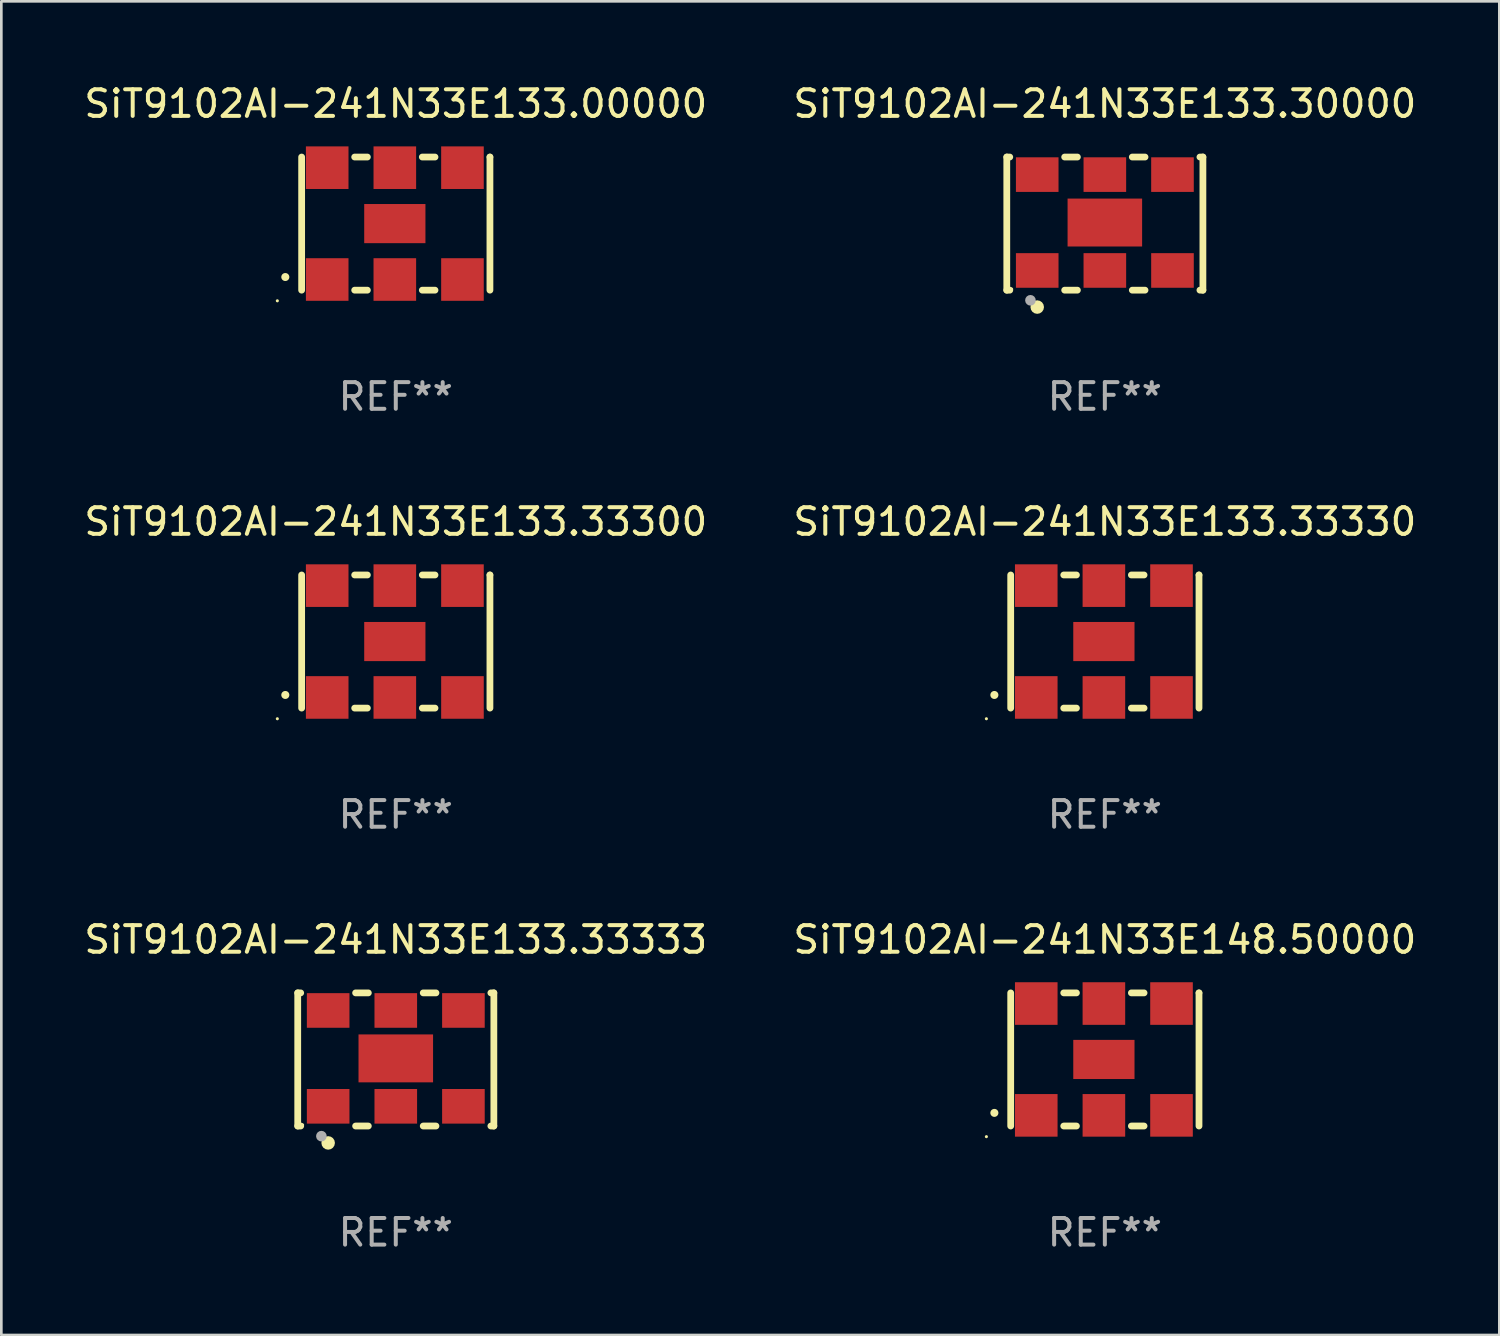
<source format=kicad_pcb>
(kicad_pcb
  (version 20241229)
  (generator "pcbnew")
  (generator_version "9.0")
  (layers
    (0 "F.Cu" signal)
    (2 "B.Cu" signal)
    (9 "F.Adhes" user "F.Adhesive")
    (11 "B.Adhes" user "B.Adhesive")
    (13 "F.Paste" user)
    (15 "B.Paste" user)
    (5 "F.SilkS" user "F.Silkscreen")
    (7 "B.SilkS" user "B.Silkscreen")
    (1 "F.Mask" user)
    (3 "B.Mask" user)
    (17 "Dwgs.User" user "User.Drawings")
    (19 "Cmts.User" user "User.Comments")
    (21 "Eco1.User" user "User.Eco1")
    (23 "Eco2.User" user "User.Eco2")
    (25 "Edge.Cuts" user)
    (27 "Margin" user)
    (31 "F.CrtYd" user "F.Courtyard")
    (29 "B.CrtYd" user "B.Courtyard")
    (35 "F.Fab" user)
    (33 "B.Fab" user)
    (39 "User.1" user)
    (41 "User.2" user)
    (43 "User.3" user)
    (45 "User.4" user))
  (footprint "SiT9102AI-241N33E133.33330"
    (layer "F.Cu")
    (at 38.446 21.045)
    (property "Reference" "SiT9102AI-241N33E133.33330" (at 0 -4.5 0) (layer "F.SilkS") (effects (font (size 1 1) (thickness 0.15))))
    (attr through_hole)
    (fp_line (start -3.536 -2.5) (end -3.536 2.5) (stroke (width 0.254) (type solid)) (layer "F.SilkS"))
    (fp_line (start -1.544 2.5) (end -1.067 2.5) (stroke (width 0.254) (type solid)) (layer "F.SilkS"))
    (fp_line (start -1.067 -2.5) (end -1.544 -2.5) (stroke (width 0.254) (type solid)) (layer "F.SilkS"))
    (fp_line (start 0.996 2.5) (end 1.473 2.5) (stroke (width 0.254) (type solid)) (layer "F.SilkS"))
    (fp_line (start 1.473 -2.5) (end 0.996 -2.5) (stroke (width 0.254) (type solid)) (layer "F.SilkS"))
    (fp_line (start 3.536 -2.5) (end 3.536 -2.5) (stroke (width 0.254) (type solid)) (layer "F.SilkS"))
    (fp_line (start 3.536 2.5) (end 3.536 -2.5) (stroke (width 0.254) (type solid)) (layer "F.SilkS"))
    (fp_arc (start -4.150432 2.006604) (mid -4.149162 2.006599) (end -4.147892 2.006604) (stroke (width 0.3) (type solid)) (layer "F.SilkS"))
    (fp_circle (center -4.449 2.9) (end -4.419 2.9) (stroke (width 0.06) (type solid)) (fill no) (layer "F.SilkS"))
    (fp_text user "REF**" (at 0 6.5 0) (layer "F.Fab") (effects (font (size 1 1) (thickness 0.15))))
    (pad "1" smd rect (at -2.576 2.1) (size 1.6 1.6) (layers "F.Cu" "F.Mask" "F.Paste"))
    (pad "2" smd rect (at -0.036 2.1) (size 1.6 1.6) (layers "F.Cu" "F.Mask" "F.Paste"))
    (pad "3" smd rect (at 2.504 2.1) (size 1.6 1.6) (layers "F.Cu" "F.Mask" "F.Paste"))
    (pad "4" smd rect (at 2.504 -2.1) (size 1.6 1.6) (layers "F.Cu" "F.Mask" "F.Paste"))
    (pad "5" smd rect (at -0.036 -2.1) (size 1.6 1.6) (layers "F.Cu" "F.Mask" "F.Paste"))
    (pad "6" smd rect (at -2.576 -2.1) (size 1.6 1.6) (layers "F.Cu" "F.Mask" "F.Paste"))
    (pad "7" smd rect (at -0.036 0) (size 2.3 1.47) (layers "F.Cu" "F.Mask" "F.Paste")))
  (footprint "SiT9102AI-241N33E133.30000"
    (layer "F.Cu")
    (at 38.446 5.348)
    (property "Reference" "SiT9102AI-241N33E133.30000" (at 0 -4.5 0) (layer "F.SilkS") (effects (font (size 1 1) (thickness 0.15))))
    (attr through_hole)
    (fp_line (start -3.683 -2.5) (end -3.571 -2.5) (stroke (width 0.254) (type solid)) (layer "F.SilkS"))
    (fp_line (start -3.683 2.5) (end -3.683 -2.5) (stroke (width 0.254) (type solid)) (layer "F.SilkS"))
    (fp_line (start -3.683 2.5) (end -3.571 2.5) (stroke (width 0.254) (type solid)) (layer "F.SilkS"))
    (fp_line (start -1.509 -2.5) (end -1.031 -2.5) (stroke (width 0.254) (type solid)) (layer "F.SilkS"))
    (fp_line (start -1.509 2.5) (end -1.031 2.5) (stroke (width 0.254) (type solid)) (layer "F.SilkS"))
    (fp_line (start 1.031 -2.5) (end 1.509 -2.5) (stroke (width 0.254) (type solid)) (layer "F.SilkS"))
    (fp_line (start 1.031 2.5) (end 1.509 2.5) (stroke (width 0.254) (type solid)) (layer "F.SilkS"))
    (fp_line (start 3.571 -2.5) (end 3.683 -2.5) (stroke (width 0.254) (type solid)) (layer "F.SilkS"))
    (fp_line (start 3.571 2.5) (end 3.683 2.5) (stroke (width 0.254) (type solid)) (layer "F.SilkS"))
    (fp_line (start 3.683 2.5) (end 3.683 -2.5) (stroke (width 0.254) (type solid)) (layer "F.SilkS"))
    (fp_circle (center -3.5 2.46) (end -3.47 2.46) (stroke (width 0.06) (type solid)) (fill no) (layer "F.SilkS"))
    (fp_circle (center -2.54 3.135) (end -2.413 3.135) (stroke (width 0.254) (type solid)) (fill no) (layer "F.SilkS"))
    (fp_circle (center -2.794 2.881) (end -2.694 2.881) (stroke (width 0.2) (type solid)) (fill no) (layer "F.Fab"))
    (fp_text user "REF**" (at 0 6.5 0) (layer "F.Fab") (effects (font (size 1 1) (thickness 0.15))))
    (pad "1" smd rect (at -2.54 1.76) (size 1.6 1.3) (layers "F.Cu" "F.Mask" "F.Paste"))
    (pad "2" smd rect (at 0 1.76) (size 1.6 1.3) (layers "F.Cu" "F.Mask" "F.Paste"))
    (pad "3" smd rect (at 2.54 1.76) (size 1.6 1.3) (layers "F.Cu" "F.Mask" "F.Paste"))
    (pad "4" smd rect (at 2.54 -1.84) (size 1.6 1.3) (layers "F.Cu" "F.Mask" "F.Paste"))
    (pad "5" smd rect (at 0 -1.84) (size 1.6 1.3) (layers "F.Cu" "F.Mask" "F.Paste"))
    (pad "6" smd rect (at -2.54 -1.84) (size 1.6 1.3) (layers "F.Cu" "F.Mask" "F.Paste"))
    (pad "7" smd rect (at 0 -0.04) (size 2.8 1.8) (layers "F.Cu" "F.Mask" "F.Paste")))
  (footprint "SiT9102AI-241N33E133.33300"
    (layer "F.Cu")
    (at 11.815 21.045)
    (property "Reference" "SiT9102AI-241N33E133.33300" (at 0 -4.5 0) (layer "F.SilkS") (effects (font (size 1 1) (thickness 0.15))))
    (attr through_hole)
    (fp_line (start -3.536 -2.5) (end -3.536 2.5) (stroke (width 0.254) (type solid)) (layer "F.SilkS"))
    (fp_line (start -1.544 2.5) (end -1.067 2.5) (stroke (width 0.254) (type solid)) (layer "F.SilkS"))
    (fp_line (start -1.067 -2.5) (end -1.544 -2.5) (stroke (width 0.254) (type solid)) (layer "F.SilkS"))
    (fp_line (start 0.996 2.5) (end 1.473 2.5) (stroke (width 0.254) (type solid)) (layer "F.SilkS"))
    (fp_line (start 1.473 -2.5) (end 0.996 -2.5) (stroke (width 0.254) (type solid)) (layer "F.SilkS"))
    (fp_line (start 3.536 -2.5) (end 3.536 -2.5) (stroke (width 0.254) (type solid)) (layer "F.SilkS"))
    (fp_line (start 3.536 2.5) (end 3.536 -2.5) (stroke (width 0.254) (type solid)) (layer "F.SilkS"))
    (fp_arc (start -4.150432 2.006604) (mid -4.149162 2.006599) (end -4.147892 2.006604) (stroke (width 0.3) (type solid)) (layer "F.SilkS"))
    (fp_circle (center -4.449 2.9) (end -4.419 2.9) (stroke (width 0.06) (type solid)) (fill no) (layer "F.SilkS"))
    (fp_text user "REF**" (at 0 6.5 0) (layer "F.Fab") (effects (font (size 1 1) (thickness 0.15))))
    (pad "1" smd rect (at -2.576 2.1) (size 1.6 1.6) (layers "F.Cu" "F.Mask" "F.Paste"))
    (pad "2" smd rect (at -0.036 2.1) (size 1.6 1.6) (layers "F.Cu" "F.Mask" "F.Paste"))
    (pad "3" smd rect (at 2.504 2.1) (size 1.6 1.6) (layers "F.Cu" "F.Mask" "F.Paste"))
    (pad "4" smd rect (at 2.504 -2.1) (size 1.6 1.6) (layers "F.Cu" "F.Mask" "F.Paste"))
    (pad "5" smd rect (at -0.036 -2.1) (size 1.6 1.6) (layers "F.Cu" "F.Mask" "F.Paste"))
    (pad "6" smd rect (at -2.576 -2.1) (size 1.6 1.6) (layers "F.Cu" "F.Mask" "F.Paste"))
    (pad "7" smd rect (at -0.036 0) (size 2.3 1.47) (layers "F.Cu" "F.Mask" "F.Paste")))
  (footprint "SiT9102AI-241N33E133.00000"
    (layer "F.Cu")
    (at 11.815 5.348)
    (property "Reference" "SiT9102AI-241N33E133.00000" (at 0 -4.5 0) (layer "F.SilkS") (effects (font (size 1 1) (thickness 0.15))))
    (attr through_hole)
    (fp_line (start -3.536 -2.5) (end -3.536 2.5) (stroke (width 0.254) (type solid)) (layer "F.SilkS"))
    (fp_line (start -1.544 2.5) (end -1.067 2.5) (stroke (width 0.254) (type solid)) (layer "F.SilkS"))
    (fp_line (start -1.067 -2.5) (end -1.544 -2.5) (stroke (width 0.254) (type solid)) (layer "F.SilkS"))
    (fp_line (start 0.996 2.5) (end 1.473 2.5) (stroke (width 0.254) (type solid)) (layer "F.SilkS"))
    (fp_line (start 1.473 -2.5) (end 0.996 -2.5) (stroke (width 0.254) (type solid)) (layer "F.SilkS"))
    (fp_line (start 3.536 -2.5) (end 3.536 -2.5) (stroke (width 0.254) (type solid)) (layer "F.SilkS"))
    (fp_line (start 3.536 2.5) (end 3.536 -2.5) (stroke (width 0.254) (type solid)) (layer "F.SilkS"))
    (fp_arc (start -4.150432 2.006604) (mid -4.149162 2.006599) (end -4.147892 2.006604) (stroke (width 0.3) (type solid)) (layer "F.SilkS"))
    (fp_circle (center -4.449 2.9) (end -4.419 2.9) (stroke (width 0.06) (type solid)) (fill no) (layer "F.SilkS"))
    (fp_text user "REF**" (at 0 6.5 0) (layer "F.Fab") (effects (font (size 1 1) (thickness 0.15))))
    (pad "1" smd rect (at -2.576 2.1) (size 1.6 1.6) (layers "F.Cu" "F.Mask" "F.Paste"))
    (pad "2" smd rect (at -0.036 2.1) (size 1.6 1.6) (layers "F.Cu" "F.Mask" "F.Paste"))
    (pad "3" smd rect (at 2.504 2.1) (size 1.6 1.6) (layers "F.Cu" "F.Mask" "F.Paste"))
    (pad "4" smd rect (at 2.504 -2.1) (size 1.6 1.6) (layers "F.Cu" "F.Mask" "F.Paste"))
    (pad "5" smd rect (at -0.036 -2.1) (size 1.6 1.6) (layers "F.Cu" "F.Mask" "F.Paste"))
    (pad "6" smd rect (at -2.576 -2.1) (size 1.6 1.6) (layers "F.Cu" "F.Mask" "F.Paste"))
    (pad "7" smd rect (at -0.036 0) (size 2.3 1.47) (layers "F.Cu" "F.Mask" "F.Paste")))
  (footprint "SiT9102AI-241N33E133.33333"
    (layer "F.Cu")
    (at 11.815 36.741)
    (property "Reference" "SiT9102AI-241N33E133.33333" (at 0 -4.5 0) (layer "F.SilkS") (effects (font (size 1 1) (thickness 0.15))))
    (attr through_hole)
    (fp_line (start -3.683 -2.5) (end -3.571 -2.5) (stroke (width 0.254) (type solid)) (layer "F.SilkS"))
    (fp_line (start -3.683 2.5) (end -3.683 -2.5) (stroke (width 0.254) (type solid)) (layer "F.SilkS"))
    (fp_line (start -3.683 2.5) (end -3.571 2.5) (stroke (width 0.254) (type solid)) (layer "F.SilkS"))
    (fp_line (start -1.509 -2.5) (end -1.031 -2.5) (stroke (width 0.254) (type solid)) (layer "F.SilkS"))
    (fp_line (start -1.509 2.5) (end -1.031 2.5) (stroke (width 0.254) (type solid)) (layer "F.SilkS"))
    (fp_line (start 1.031 -2.5) (end 1.509 -2.5) (stroke (width 0.254) (type solid)) (layer "F.SilkS"))
    (fp_line (start 1.031 2.5) (end 1.509 2.5) (stroke (width 0.254) (type solid)) (layer "F.SilkS"))
    (fp_line (start 3.571 -2.5) (end 3.683 -2.5) (stroke (width 0.254) (type solid)) (layer "F.SilkS"))
    (fp_line (start 3.571 2.5) (end 3.683 2.5) (stroke (width 0.254) (type solid)) (layer "F.SilkS"))
    (fp_line (start 3.683 2.5) (end 3.683 -2.5) (stroke (width 0.254) (type solid)) (layer "F.SilkS"))
    (fp_circle (center -3.5 2.46) (end -3.47 2.46) (stroke (width 0.06) (type solid)) (fill no) (layer "F.SilkS"))
    (fp_circle (center -2.54 3.135) (end -2.413 3.135) (stroke (width 0.254) (type solid)) (fill no) (layer "F.SilkS"))
    (fp_circle (center -2.794 2.881) (end -2.694 2.881) (stroke (width 0.2) (type solid)) (fill no) (layer "F.Fab"))
    (fp_text user "REF**" (at 0 6.5 0) (layer "F.Fab") (effects (font (size 1 1) (thickness 0.15))))
    (pad "1" smd rect (at -2.54 1.76) (size 1.6 1.3) (layers "F.Cu" "F.Mask" "F.Paste"))
    (pad "2" smd rect (at 0 1.76) (size 1.6 1.3) (layers "F.Cu" "F.Mask" "F.Paste"))
    (pad "3" smd rect (at 2.54 1.76) (size 1.6 1.3) (layers "F.Cu" "F.Mask" "F.Paste"))
    (pad "4" smd rect (at 2.54 -1.84) (size 1.6 1.3) (layers "F.Cu" "F.Mask" "F.Paste"))
    (pad "5" smd rect (at 0 -1.84) (size 1.6 1.3) (layers "F.Cu" "F.Mask" "F.Paste"))
    (pad "6" smd rect (at -2.54 -1.84) (size 1.6 1.3) (layers "F.Cu" "F.Mask" "F.Paste"))
    (pad "7" smd rect (at 0 -0.04) (size 2.8 1.8) (layers "F.Cu" "F.Mask" "F.Paste")))
  (footprint "SiT9102AI-241N33E148.50000"
    (layer "F.Cu")
    (at 38.446 36.741)
    (property "Reference" "SiT9102AI-241N33E148.50000" (at 0 -4.5 0) (layer "F.SilkS") (effects (font (size 1 1) (thickness 0.15))))
    (attr through_hole)
    (fp_line (start -3.536 -2.5) (end -3.536 2.5) (stroke (width 0.254) (type solid)) (layer "F.SilkS"))
    (fp_line (start -1.544 2.5) (end -1.067 2.5) (stroke (width 0.254) (type solid)) (layer "F.SilkS"))
    (fp_line (start -1.067 -2.5) (end -1.544 -2.5) (stroke (width 0.254) (type solid)) (layer "F.SilkS"))
    (fp_line (start 0.996 2.5) (end 1.473 2.5) (stroke (width 0.254) (type solid)) (layer "F.SilkS"))
    (fp_line (start 1.473 -2.5) (end 0.996 -2.5) (stroke (width 0.254) (type solid)) (layer "F.SilkS"))
    (fp_line (start 3.536 -2.5) (end 3.536 -2.5) (stroke (width 0.254) (type solid)) (layer "F.SilkS"))
    (fp_line (start 3.536 2.5) (end 3.536 -2.5) (stroke (width 0.254) (type solid)) (layer "F.SilkS"))
    (fp_arc (start -4.150432 2.006604) (mid -4.149162 2.006599) (end -4.147892 2.006604) (stroke (width 0.3) (type solid)) (layer "F.SilkS"))
    (fp_circle (center -4.449 2.9) (end -4.419 2.9) (stroke (width 0.06) (type solid)) (fill no) (layer "F.SilkS"))
    (fp_text user "REF**" (at 0 6.5 0) (layer "F.Fab") (effects (font (size 1 1) (thickness 0.15))))
    (pad "1" smd rect (at -2.576 2.1) (size 1.6 1.6) (layers "F.Cu" "F.Mask" "F.Paste"))
    (pad "2" smd rect (at -0.036 2.1) (size 1.6 1.6) (layers "F.Cu" "F.Mask" "F.Paste"))
    (pad "3" smd rect (at 2.504 2.1) (size 1.6 1.6) (layers "F.Cu" "F.Mask" "F.Paste"))
    (pad "4" smd rect (at 2.504 -2.1) (size 1.6 1.6) (layers "F.Cu" "F.Mask" "F.Paste"))
    (pad "5" smd rect (at -0.036 -2.1) (size 1.6 1.6) (layers "F.Cu" "F.Mask" "F.Paste"))
    (pad "6" smd rect (at -2.576 -2.1) (size 1.6 1.6) (layers "F.Cu" "F.Mask" "F.Paste"))
    (pad "7" smd rect (at -0.036 0) (size 2.3 1.47) (layers "F.Cu" "F.Mask" "F.Paste")))
  (gr_rect
    (start -3 -3)
    (end 53.262 47.09)
    (stroke (width 0.1) (type default))
    (fill no)
    (layer "Edge.Cuts")))
</source>
